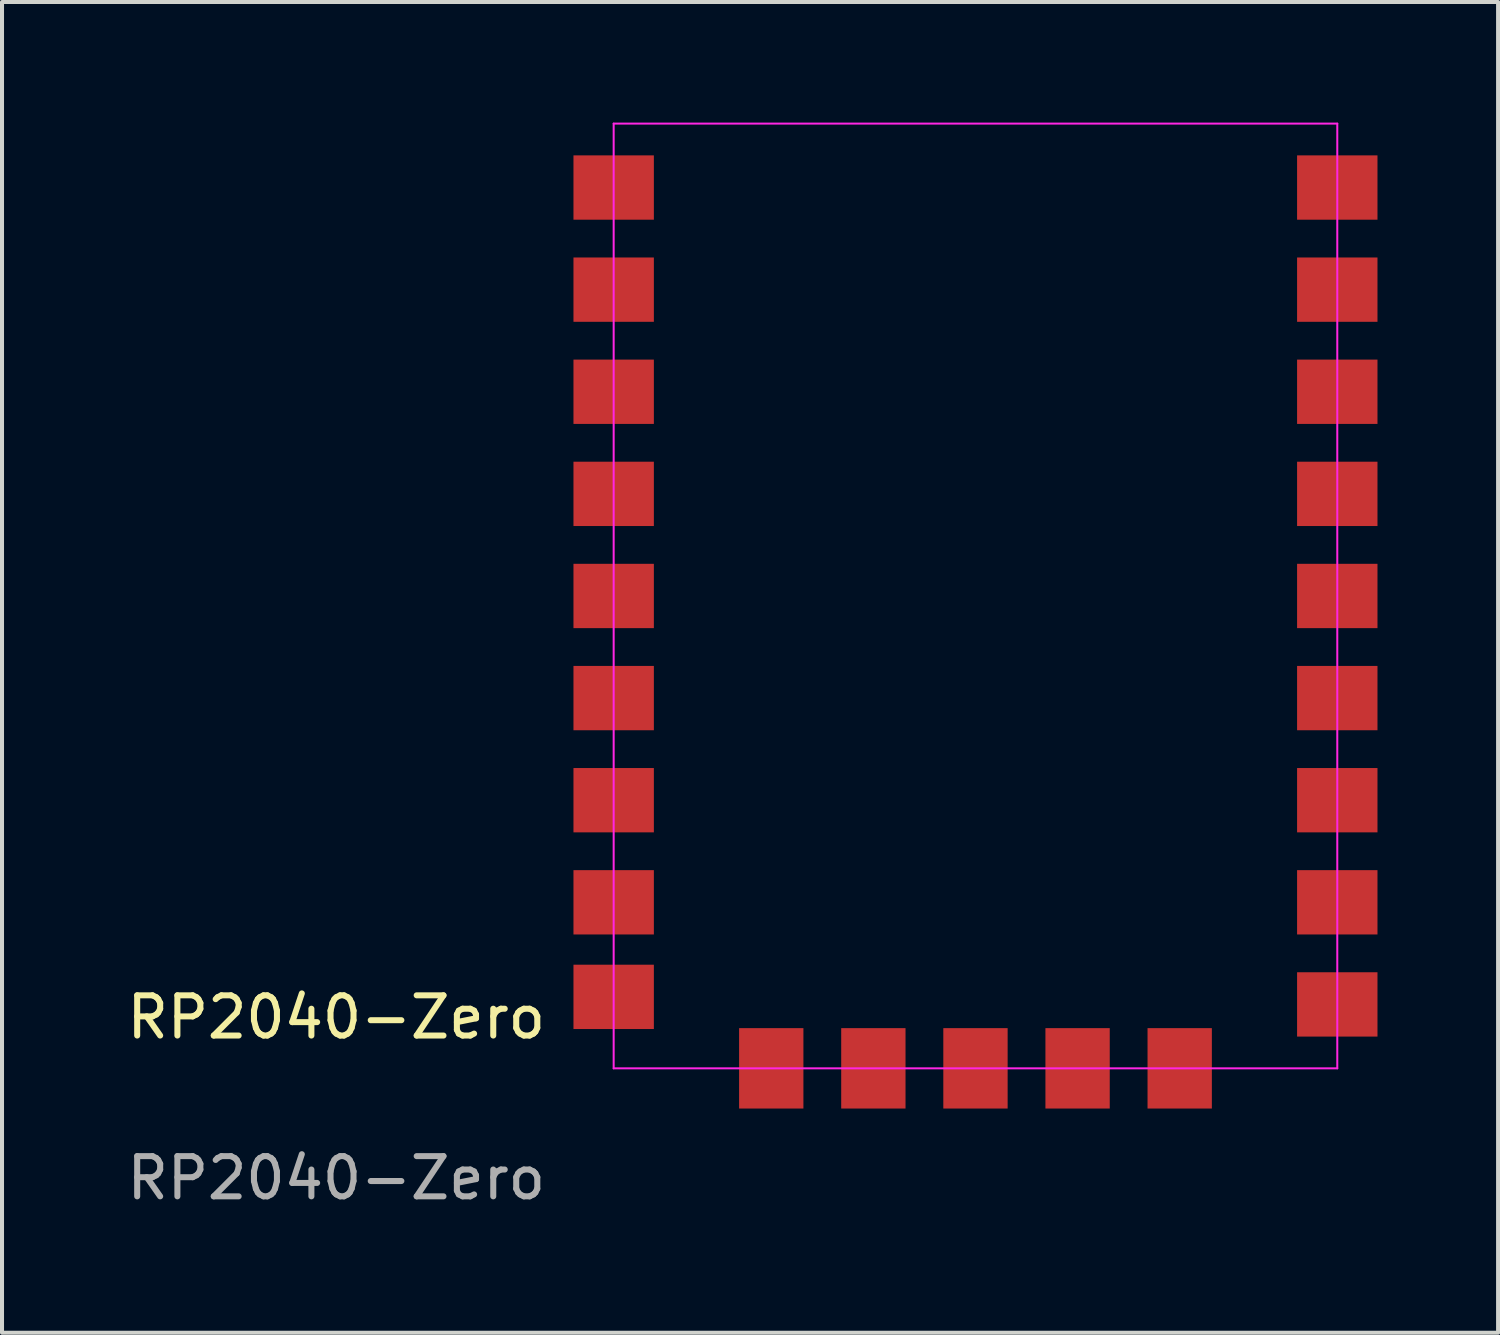
<source format=kicad_pcb>
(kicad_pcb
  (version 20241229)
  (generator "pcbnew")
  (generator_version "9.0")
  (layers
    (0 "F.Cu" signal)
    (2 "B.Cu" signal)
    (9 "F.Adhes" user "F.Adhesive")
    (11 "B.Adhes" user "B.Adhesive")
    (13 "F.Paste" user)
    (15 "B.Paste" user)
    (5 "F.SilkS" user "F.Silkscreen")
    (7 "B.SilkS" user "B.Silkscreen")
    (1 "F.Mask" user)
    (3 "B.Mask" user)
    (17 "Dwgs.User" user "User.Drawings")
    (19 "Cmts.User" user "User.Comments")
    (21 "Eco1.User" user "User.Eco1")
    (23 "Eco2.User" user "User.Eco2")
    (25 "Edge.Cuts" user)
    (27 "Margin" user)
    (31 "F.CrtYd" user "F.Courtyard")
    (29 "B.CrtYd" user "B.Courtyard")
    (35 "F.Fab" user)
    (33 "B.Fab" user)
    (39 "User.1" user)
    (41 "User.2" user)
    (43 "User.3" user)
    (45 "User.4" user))
  (footprint "RP2040-Zero"
    (layer "F.Cu")
    (at 12.215 23.525)
    (property "Reference" "RP2040-Zero" (at -6.9 -1.271 0) (unlocked yes) (layer "F.SilkS") (effects (font (size 1 1) (thickness 0.15))))
    (attr through_hole)
    (fp_line (start 0 -23.5) (end 0 0) (stroke (width 0.05) (type solid)) (layer "F.CrtYd"))
    (fp_line (start 0 -23.5) (end 18 -23.5) (stroke (width 0.05) (type solid)) (layer "F.CrtYd"))
    (fp_line (start 18 -23.5) (end 18 0) (stroke (width 0.05) (type solid)) (layer "F.CrtYd"))
    (fp_line (start 18 0) (end 0 0) (stroke (width 0.05) (type solid)) (layer "F.CrtYd"))
    (fp_text user "${REFERENCE}" (at -6.9 2.729 0) (unlocked yes) (layer "F.Fab") (effects (font (size 1 1) (thickness 0.15))))
    (pad "1" smd rect (at 18 -21.91) (size 2 1.6) (layers "F.Cu" "F.Mask" "F.Paste"))
    (pad "2" smd rect (at 18 -19.37) (size 2 1.6) (layers "F.Cu" "F.Mask" "F.Paste"))
    (pad "3" smd rect (at 18 -16.83) (size 2 1.6) (layers "F.Cu" "F.Mask" "F.Paste"))
    (pad "4" smd rect (at 18 -14.29) (size 2 1.6) (layers "F.Cu" "F.Mask" "F.Paste"))
    (pad "5" smd rect (at 18 -11.75) (size 2 1.6) (layers "F.Cu" "F.Mask" "F.Paste"))
    (pad "6" smd rect (at 18 -9.21) (size 2 1.6) (layers "F.Cu" "F.Mask" "F.Paste"))
    (pad "7" smd rect (at 18 -6.67) (size 2 1.6) (layers "F.Cu" "F.Mask" "F.Paste"))
    (pad "8" smd rect (at 18 -4.13) (size 2 1.6) (layers "F.Cu" "F.Mask" "F.Paste"))
    (pad "9" smd rect (at 18 -1.59) (size 2 1.6) (layers "F.Cu" "F.Mask" "F.Paste"))
    (pad "10" smd rect (at 14.08 0 90) (size 2 1.6) (layers "F.Cu" "F.Mask" "F.Paste"))
    (pad "11" smd rect (at 11.54 0 90) (size 2 1.6) (layers "F.Cu" "F.Mask" "F.Paste"))
    (pad "12" smd rect (at 9 0 90) (size 2 1.6) (layers "F.Cu" "F.Mask" "F.Paste"))
    (pad "13" smd rect (at 6.46 0 90) (size 2 1.6) (layers "F.Cu" "F.Mask" "F.Paste"))
    (pad "14" smd rect (at 3.92 0 90) (size 2 1.6) (layers "F.Cu" "F.Mask" "F.Paste"))
    (pad "15" smd rect (at 0 -1.778) (size 2 1.6) (layers "F.Cu" "F.Mask" "F.Paste"))
    (pad "16" smd rect (at 0 -4.13) (size 2 1.6) (layers "F.Cu" "F.Mask" "F.Paste"))
    (pad "17" smd rect (at 0 -6.67) (size 2 1.6) (layers "F.Cu" "F.Mask" "F.Paste"))
    (pad "18" smd rect (at 0 -9.21) (size 2 1.6) (layers "F.Cu" "F.Mask" "F.Paste"))
    (pad "19" smd rect (at 0 -11.75) (size 2 1.6) (layers "F.Cu" "F.Mask" "F.Paste"))
    (pad "20" smd rect (at 0 -14.29) (size 2 1.6) (layers "F.Cu" "F.Mask" "F.Paste"))
    (pad "21" smd rect (at 0 -16.83) (size 2 1.6) (layers "F.Cu" "F.Mask" "F.Paste"))
    (pad "22" smd rect (at 0 -19.37) (size 2 1.6) (layers "F.Cu" "F.Mask" "F.Paste"))
    (pad "23" smd rect (at 0 -21.91) (size 2 1.6) (layers "F.Cu" "F.Mask" "F.Paste")))
  (gr_rect
    (start -3 -3)
    (end 34.215 30.102)
    (stroke (width 0.1) (type default))
    (fill no)
    (layer "Edge.Cuts")))
</source>
